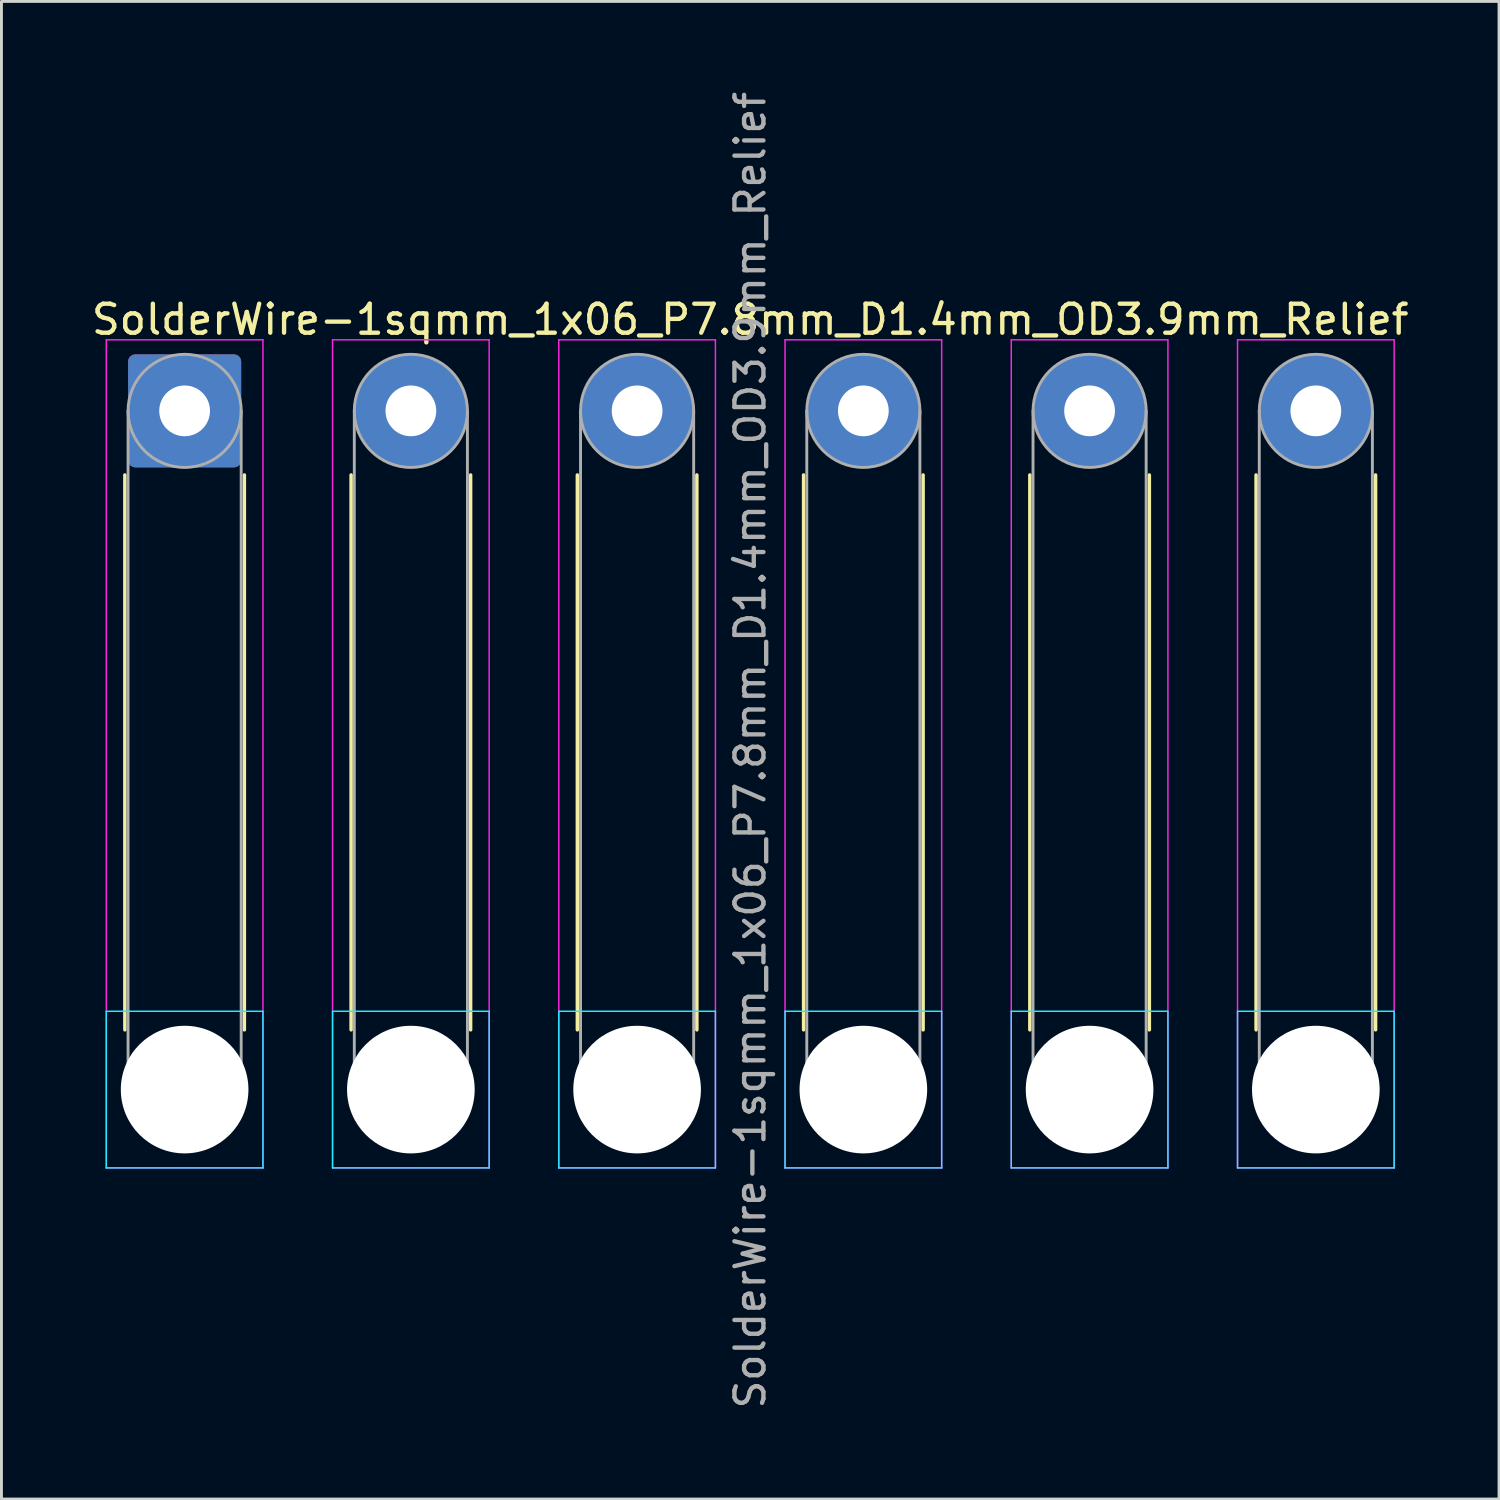
<source format=kicad_pcb>
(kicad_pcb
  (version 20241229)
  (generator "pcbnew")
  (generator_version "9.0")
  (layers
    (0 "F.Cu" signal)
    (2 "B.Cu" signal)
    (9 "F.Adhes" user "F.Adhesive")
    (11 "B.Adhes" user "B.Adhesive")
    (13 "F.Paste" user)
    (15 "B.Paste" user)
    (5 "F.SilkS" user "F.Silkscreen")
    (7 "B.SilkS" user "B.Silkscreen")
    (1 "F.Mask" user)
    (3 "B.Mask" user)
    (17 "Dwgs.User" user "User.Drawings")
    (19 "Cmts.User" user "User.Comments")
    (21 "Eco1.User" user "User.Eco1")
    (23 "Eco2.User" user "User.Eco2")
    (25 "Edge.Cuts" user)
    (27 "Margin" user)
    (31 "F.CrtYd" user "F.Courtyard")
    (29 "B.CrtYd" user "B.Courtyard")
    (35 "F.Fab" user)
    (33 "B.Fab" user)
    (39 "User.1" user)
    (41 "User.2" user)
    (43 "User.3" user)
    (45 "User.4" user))
  (footprint "SolderWire-1sqmm_1x06_P7.8mm_D1.4mm_OD3.9mm_Relief"
    (layer "F.Cu")
    (at 3.315 11.115)
    (property "Reference" "SolderWire-1sqmm_1x06_P7.8mm_D1.4mm_OD3.9mm_Relief" (at 19.5 -3.15 0) (layer "F.SilkS") (effects (font (size 1 1) (thickness 0.15))))
    (attr exclude_from_pos_files exclude_from_bom)
    (fp_line (start -2.06 2.21) (end -2.06 21.34) (stroke (width 0.12) (type solid)) (layer "F.SilkS"))
    (fp_line (start 2.06 2.21) (end 2.06 21.34) (stroke (width 0.12) (type solid)) (layer "F.SilkS"))
    (fp_line (start 5.74 2.21) (end 5.74 21.34) (stroke (width 0.12) (type solid)) (layer "F.SilkS"))
    (fp_line (start 9.86 2.21) (end 9.86 21.34) (stroke (width 0.12) (type solid)) (layer "F.SilkS"))
    (fp_line (start 13.54 2.21) (end 13.54 21.34) (stroke (width 0.12) (type solid)) (layer "F.SilkS"))
    (fp_line (start 17.66 2.21) (end 17.66 21.34) (stroke (width 0.12) (type solid)) (layer "F.SilkS"))
    (fp_line (start 21.34 2.21) (end 21.34 21.34) (stroke (width 0.12) (type solid)) (layer "F.SilkS"))
    (fp_line (start 25.46 2.21) (end 25.46 21.34) (stroke (width 0.12) (type solid)) (layer "F.SilkS"))
    (fp_line (start 29.14 2.21) (end 29.14 21.34) (stroke (width 0.12) (type solid)) (layer "F.SilkS"))
    (fp_line (start 33.26 2.21) (end 33.26 21.34) (stroke (width 0.12) (type solid)) (layer "F.SilkS"))
    (fp_line (start 36.94 2.21) (end 36.94 21.34) (stroke (width 0.12) (type solid)) (layer "F.SilkS"))
    (fp_line (start 41.06 2.21) (end 41.06 21.34) (stroke (width 0.12) (type solid)) (layer "F.SilkS"))
    (fp_line (start -2.7 20.7) (end -2.7 26.1) (stroke (width 0.05) (type solid)) (layer "B.CrtYd"))
    (fp_line (start -2.7 26.1) (end 2.7 26.1) (stroke (width 0.05) (type solid)) (layer "B.CrtYd"))
    (fp_line (start 2.7 20.7) (end -2.7 20.7) (stroke (width 0.05) (type solid)) (layer "B.CrtYd"))
    (fp_line (start 2.7 26.1) (end 2.7 20.7) (stroke (width 0.05) (type solid)) (layer "B.CrtYd"))
    (fp_line (start 5.1 20.7) (end 5.1 26.1) (stroke (width 0.05) (type solid)) (layer "B.CrtYd"))
    (fp_line (start 5.1 26.1) (end 10.5 26.1) (stroke (width 0.05) (type solid)) (layer "B.CrtYd"))
    (fp_line (start 10.5 20.7) (end 5.1 20.7) (stroke (width 0.05) (type solid)) (layer "B.CrtYd"))
    (fp_line (start 10.5 26.1) (end 10.5 20.7) (stroke (width 0.05) (type solid)) (layer "B.CrtYd"))
    (fp_line (start 12.9 20.7) (end 12.9 26.1) (stroke (width 0.05) (type solid)) (layer "B.CrtYd"))
    (fp_line (start 12.9 26.1) (end 18.3 26.1) (stroke (width 0.05) (type solid)) (layer "B.CrtYd"))
    (fp_line (start 18.3 20.7) (end 12.9 20.7) (stroke (width 0.05) (type solid)) (layer "B.CrtYd"))
    (fp_line (start 18.3 26.1) (end 18.3 20.7) (stroke (width 0.05) (type solid)) (layer "B.CrtYd"))
    (fp_line (start 20.7 20.7) (end 20.7 26.1) (stroke (width 0.05) (type solid)) (layer "B.CrtYd"))
    (fp_line (start 20.7 26.1) (end 26.1 26.1) (stroke (width 0.05) (type solid)) (layer "B.CrtYd"))
    (fp_line (start 26.1 20.7) (end 20.7 20.7) (stroke (width 0.05) (type solid)) (layer "B.CrtYd"))
    (fp_line (start 26.1 26.1) (end 26.1 20.7) (stroke (width 0.05) (type solid)) (layer "B.CrtYd"))
    (fp_line (start 28.5 20.7) (end 28.5 26.1) (stroke (width 0.05) (type solid)) (layer "B.CrtYd"))
    (fp_line (start 28.5 26.1) (end 33.9 26.1) (stroke (width 0.05) (type solid)) (layer "B.CrtYd"))
    (fp_line (start 33.9 20.7) (end 28.5 20.7) (stroke (width 0.05) (type solid)) (layer "B.CrtYd"))
    (fp_line (start 33.9 26.1) (end 33.9 20.7) (stroke (width 0.05) (type solid)) (layer "B.CrtYd"))
    (fp_line (start 36.3 20.7) (end 36.3 26.1) (stroke (width 0.05) (type solid)) (layer "B.CrtYd"))
    (fp_line (start 36.3 26.1) (end 41.7 26.1) (stroke (width 0.05) (type solid)) (layer "B.CrtYd"))
    (fp_line (start 41.7 20.7) (end 36.3 20.7) (stroke (width 0.05) (type solid)) (layer "B.CrtYd"))
    (fp_line (start 41.7 26.1) (end 41.7 20.7) (stroke (width 0.05) (type solid)) (layer "B.CrtYd"))
    (fp_line (start -2.7 -2.45) (end -2.7 26.1) (stroke (width 0.05) (type solid)) (layer "F.CrtYd"))
    (fp_line (start -2.7 26.1) (end 2.7 26.1) (stroke (width 0.05) (type solid)) (layer "F.CrtYd"))
    (fp_line (start 2.7 -2.45) (end -2.7 -2.45) (stroke (width 0.05) (type solid)) (layer "F.CrtYd"))
    (fp_line (start 2.7 26.1) (end 2.7 -2.45) (stroke (width 0.05) (type solid)) (layer "F.CrtYd"))
    (fp_line (start 5.1 -2.45) (end 5.1 26.1) (stroke (width 0.05) (type solid)) (layer "F.CrtYd"))
    (fp_line (start 5.1 26.1) (end 10.5 26.1) (stroke (width 0.05) (type solid)) (layer "F.CrtYd"))
    (fp_line (start 10.5 -2.45) (end 5.1 -2.45) (stroke (width 0.05) (type solid)) (layer "F.CrtYd"))
    (fp_line (start 10.5 26.1) (end 10.5 -2.45) (stroke (width 0.05) (type solid)) (layer "F.CrtYd"))
    (fp_line (start 12.9 -2.45) (end 12.9 26.1) (stroke (width 0.05) (type solid)) (layer "F.CrtYd"))
    (fp_line (start 12.9 26.1) (end 18.3 26.1) (stroke (width 0.05) (type solid)) (layer "F.CrtYd"))
    (fp_line (start 18.3 -2.45) (end 12.9 -2.45) (stroke (width 0.05) (type solid)) (layer "F.CrtYd"))
    (fp_line (start 18.3 26.1) (end 18.3 -2.45) (stroke (width 0.05) (type solid)) (layer "F.CrtYd"))
    (fp_line (start 20.7 -2.45) (end 20.7 26.1) (stroke (width 0.05) (type solid)) (layer "F.CrtYd"))
    (fp_line (start 20.7 26.1) (end 26.1 26.1) (stroke (width 0.05) (type solid)) (layer "F.CrtYd"))
    (fp_line (start 26.1 -2.45) (end 20.7 -2.45) (stroke (width 0.05) (type solid)) (layer "F.CrtYd"))
    (fp_line (start 26.1 26.1) (end 26.1 -2.45) (stroke (width 0.05) (type solid)) (layer "F.CrtYd"))
    (fp_line (start 28.5 -2.45) (end 28.5 26.1) (stroke (width 0.05) (type solid)) (layer "F.CrtYd"))
    (fp_line (start 28.5 26.1) (end 33.9 26.1) (stroke (width 0.05) (type solid)) (layer "F.CrtYd"))
    (fp_line (start 33.9 -2.45) (end 28.5 -2.45) (stroke (width 0.05) (type solid)) (layer "F.CrtYd"))
    (fp_line (start 33.9 26.1) (end 33.9 -2.45) (stroke (width 0.05) (type solid)) (layer "F.CrtYd"))
    (fp_line (start 36.3 -2.45) (end 36.3 26.1) (stroke (width 0.05) (type solid)) (layer "F.CrtYd"))
    (fp_line (start 36.3 26.1) (end 41.7 26.1) (stroke (width 0.05) (type solid)) (layer "F.CrtYd"))
    (fp_line (start 41.7 -2.45) (end 36.3 -2.45) (stroke (width 0.05) (type solid)) (layer "F.CrtYd"))
    (fp_line (start 41.7 26.1) (end 41.7 -2.45) (stroke (width 0.05) (type solid)) (layer "F.CrtYd"))
    (fp_line (start -1.95 0) (end -1.95 23.4) (stroke (width 0.1) (type solid)) (layer "F.Fab"))
    (fp_line (start 1.95 0) (end 1.95 23.4) (stroke (width 0.1) (type solid)) (layer "F.Fab"))
    (fp_line (start 5.85 0) (end 5.85 23.4) (stroke (width 0.1) (type solid)) (layer "F.Fab"))
    (fp_line (start 9.75 0) (end 9.75 23.4) (stroke (width 0.1) (type solid)) (layer "F.Fab"))
    (fp_line (start 13.65 0) (end 13.65 23.4) (stroke (width 0.1) (type solid)) (layer "F.Fab"))
    (fp_line (start 17.55 0) (end 17.55 23.4) (stroke (width 0.1) (type solid)) (layer "F.Fab"))
    (fp_line (start 21.45 0) (end 21.45 23.4) (stroke (width 0.1) (type solid)) (layer "F.Fab"))
    (fp_line (start 25.35 0) (end 25.35 23.4) (stroke (width 0.1) (type solid)) (layer "F.Fab"))
    (fp_line (start 29.25 0) (end 29.25 23.4) (stroke (width 0.1) (type solid)) (layer "F.Fab"))
    (fp_line (start 33.15 0) (end 33.15 23.4) (stroke (width 0.1) (type solid)) (layer "F.Fab"))
    (fp_line (start 37.05 0) (end 37.05 23.4) (stroke (width 0.1) (type solid)) (layer "F.Fab"))
    (fp_line (start 40.95 0) (end 40.95 23.4) (stroke (width 0.1) (type solid)) (layer "F.Fab"))
    (fp_circle (center 0 0) (end 1.95 0) (stroke (width 0.1) (type solid)) (fill no) (layer "F.Fab"))
    (fp_circle (center 0 23.4) (end 1.95 23.4) (stroke (width 0.1) (type solid)) (fill no) (layer "F.Fab"))
    (fp_circle (center 7.8 0) (end 9.75 0) (stroke (width 0.1) (type solid)) (fill no) (layer "F.Fab"))
    (fp_circle (center 7.8 23.4) (end 9.75 23.4) (stroke (width 0.1) (type solid)) (fill no) (layer "F.Fab"))
    (fp_circle (center 15.6 0) (end 17.55 0) (stroke (width 0.1) (type solid)) (fill no) (layer "F.Fab"))
    (fp_circle (center 15.6 23.4) (end 17.55 23.4) (stroke (width 0.1) (type solid)) (fill no) (layer "F.Fab"))
    (fp_circle (center 23.4 0) (end 25.35 0) (stroke (width 0.1) (type solid)) (fill no) (layer "F.Fab"))
    (fp_circle (center 23.4 23.4) (end 25.35 23.4) (stroke (width 0.1) (type solid)) (fill no) (layer "F.Fab"))
    (fp_circle (center 31.2 0) (end 33.15 0) (stroke (width 0.1) (type solid)) (fill no) (layer "F.Fab"))
    (fp_circle (center 31.2 23.4) (end 33.15 23.4) (stroke (width 0.1) (type solid)) (fill no) (layer "F.Fab"))
    (fp_circle (center 39 0) (end 40.95 0) (stroke (width 0.1) (type solid)) (fill no) (layer "F.Fab"))
    (fp_circle (center 39 23.4) (end 40.95 23.4) (stroke (width 0.1) (type solid)) (fill no) (layer "F.Fab"))
    (fp_text user "${REFERENCE}" (at 19.5 11.7 90) (layer "F.Fab") (effects (font (size 1 1) (thickness 0.15))))
    (pad "" np_thru_hole circle (at 0 23.4) (size 4.4 4.4) (drill 4.4) (layers "*.Cu" "*.Mask"))
    (pad "" np_thru_hole circle (at 7.8 23.4) (size 4.4 4.4) (drill 4.4) (layers "*.Cu" "*.Mask"))
    (pad "" np_thru_hole circle (at 15.6 23.4) (size 4.4 4.4) (drill 4.4) (layers "*.Cu" "*.Mask"))
    (pad "" np_thru_hole circle (at 23.4 23.4) (size 4.4 4.4) (drill 4.4) (layers "*.Cu" "*.Mask"))
    (pad "" np_thru_hole circle (at 31.2 23.4) (size 4.4 4.4) (drill 4.4) (layers "*.Cu" "*.Mask"))
    (pad "" np_thru_hole circle (at 39 23.4) (size 4.4 4.4) (drill 4.4) (layers "*.Cu" "*.Mask"))
    (pad "1" thru_hole roundrect (at 0 0) (size 3.9 3.9) (drill 1.75) (layers "*.Cu" "*.Mask") (roundrect_rratio 0.064))
    (pad "2" thru_hole circle (at 7.8 0) (size 3.9 3.9) (drill 1.75) (layers "*.Cu" "*.Mask"))
    (pad "3" thru_hole circle (at 15.6 0) (size 3.9 3.9) (drill 1.75) (layers "*.Cu" "*.Mask"))
    (pad "4" thru_hole circle (at 23.4 0) (size 3.9 3.9) (drill 1.75) (layers "*.Cu" "*.Mask"))
    (pad "5" thru_hole circle (at 31.2 0) (size 3.9 3.9) (drill 1.75) (layers "*.Cu" "*.Mask"))
    (pad "6" thru_hole circle (at 39 0) (size 3.9 3.9) (drill 1.75) (layers "*.Cu" "*.Mask")))
  (gr_rect
    (start -3 -3)
    (end 48.631 48.631)
    (stroke (width 0.1) (type default))
    (fill no)
    (layer "Edge.Cuts")))
</source>
